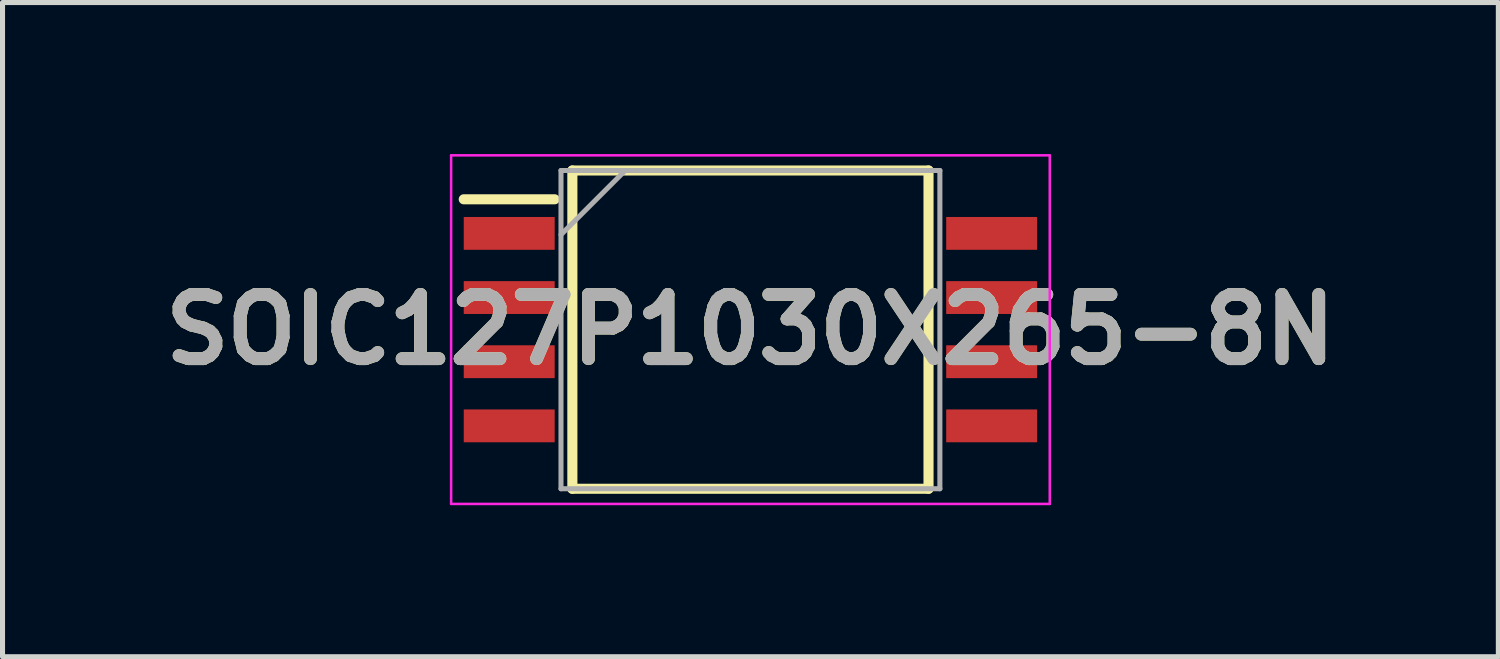
<source format=kicad_pcb>
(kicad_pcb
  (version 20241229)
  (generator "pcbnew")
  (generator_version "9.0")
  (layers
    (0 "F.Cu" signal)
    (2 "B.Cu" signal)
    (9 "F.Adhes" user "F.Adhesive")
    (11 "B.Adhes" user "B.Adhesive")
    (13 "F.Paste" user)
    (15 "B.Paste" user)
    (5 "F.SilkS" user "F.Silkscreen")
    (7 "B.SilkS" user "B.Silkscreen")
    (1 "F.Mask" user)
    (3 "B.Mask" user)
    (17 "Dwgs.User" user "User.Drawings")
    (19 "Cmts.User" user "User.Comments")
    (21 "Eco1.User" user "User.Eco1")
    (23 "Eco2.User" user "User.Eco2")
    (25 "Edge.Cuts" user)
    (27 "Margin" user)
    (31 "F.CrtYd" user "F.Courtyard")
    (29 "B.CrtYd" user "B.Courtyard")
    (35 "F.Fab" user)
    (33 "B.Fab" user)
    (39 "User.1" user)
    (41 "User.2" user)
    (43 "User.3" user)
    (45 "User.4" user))
  (footprint "SOIC127P1030X265-8N"
    (layer "F.Cu")
    (at 11.805 3.475)
    (property "Reference" "SOIC127P1030X265-8N" (at 0 0 0) (layer "F.SilkS") (effects (font (size 1.27 1.27) (thickness 0.254))))
    (attr smd)
    (fp_line (start -5.675 -2.58) (end -3.875 -2.58) (stroke (width 0.2) (type solid)) (layer "F.SilkS"))
    (fp_line (start -3.525 -3.15) (end 3.525 -3.15) (stroke (width 0.2) (type solid)) (layer "F.SilkS"))
    (fp_line (start -3.525 3.15) (end -3.525 -3.15) (stroke (width 0.2) (type solid)) (layer "F.SilkS"))
    (fp_line (start 3.525 -3.15) (end 3.525 3.15) (stroke (width 0.2) (type solid)) (layer "F.SilkS"))
    (fp_line (start 3.525 3.15) (end -3.525 3.15) (stroke (width 0.2) (type solid)) (layer "F.SilkS"))
    (fp_line (start -5.925 -3.45) (end 5.925 -3.45) (stroke (width 0.05) (type solid)) (layer "F.CrtYd"))
    (fp_line (start -5.925 3.45) (end -5.925 -3.45) (stroke (width 0.05) (type solid)) (layer "F.CrtYd"))
    (fp_line (start 5.925 -3.45) (end 5.925 3.45) (stroke (width 0.05) (type solid)) (layer "F.CrtYd"))
    (fp_line (start 5.925 3.45) (end -5.925 3.45) (stroke (width 0.05) (type solid)) (layer "F.CrtYd"))
    (fp_line (start -3.75 -3.15) (end 3.75 -3.15) (stroke (width 0.1) (type solid)) (layer "F.Fab"))
    (fp_line (start -3.75 -1.88) (end -2.48 -3.15) (stroke (width 0.1) (type solid)) (layer "F.Fab"))
    (fp_line (start -3.75 3.15) (end -3.75 -3.15) (stroke (width 0.1) (type solid)) (layer "F.Fab"))
    (fp_line (start 3.75 -3.15) (end 3.75 3.15) (stroke (width 0.1) (type solid)) (layer "F.Fab"))
    (fp_line (start 3.75 3.15) (end -3.75 3.15) (stroke (width 0.1) (type solid)) (layer "F.Fab"))
    (fp_text user "${REFERENCE}" (at 0 0 0) (layer "F.Fab") (effects (font (size 1.27 1.27) (thickness 0.254))))
    (pad "1" smd rect (at -4.775 -1.905 90) (size 0.65 1.8) (layers "F.Cu" "F.Mask" "F.Paste"))
    (pad "2" smd rect (at -4.775 -0.635 90) (size 0.65 1.8) (layers "F.Cu" "F.Mask" "F.Paste"))
    (pad "3" smd rect (at -4.775 0.635 90) (size 0.65 1.8) (layers "F.Cu" "F.Mask" "F.Paste"))
    (pad "4" smd rect (at -4.775 1.905 90) (size 0.65 1.8) (layers "F.Cu" "F.Mask" "F.Paste"))
    (pad "5" smd rect (at 4.775 1.905 90) (size 0.65 1.8) (layers "F.Cu" "F.Mask" "F.Paste"))
    (pad "6" smd rect (at 4.775 0.635 90) (size 0.65 1.8) (layers "F.Cu" "F.Mask" "F.Paste"))
    (pad "7" smd rect (at 4.775 -0.635 90) (size 0.65 1.8) (layers "F.Cu" "F.Mask" "F.Paste"))
    (pad "8" smd rect (at 4.775 -1.905 90) (size 0.65 1.8) (layers "F.Cu" "F.Mask" "F.Paste")))
  (gr_rect
    (start -3 -3)
    (end 26.61 9.95)
    (stroke (width 0.1) (type default))
    (fill no)
    (layer "Edge.Cuts")))
</source>
